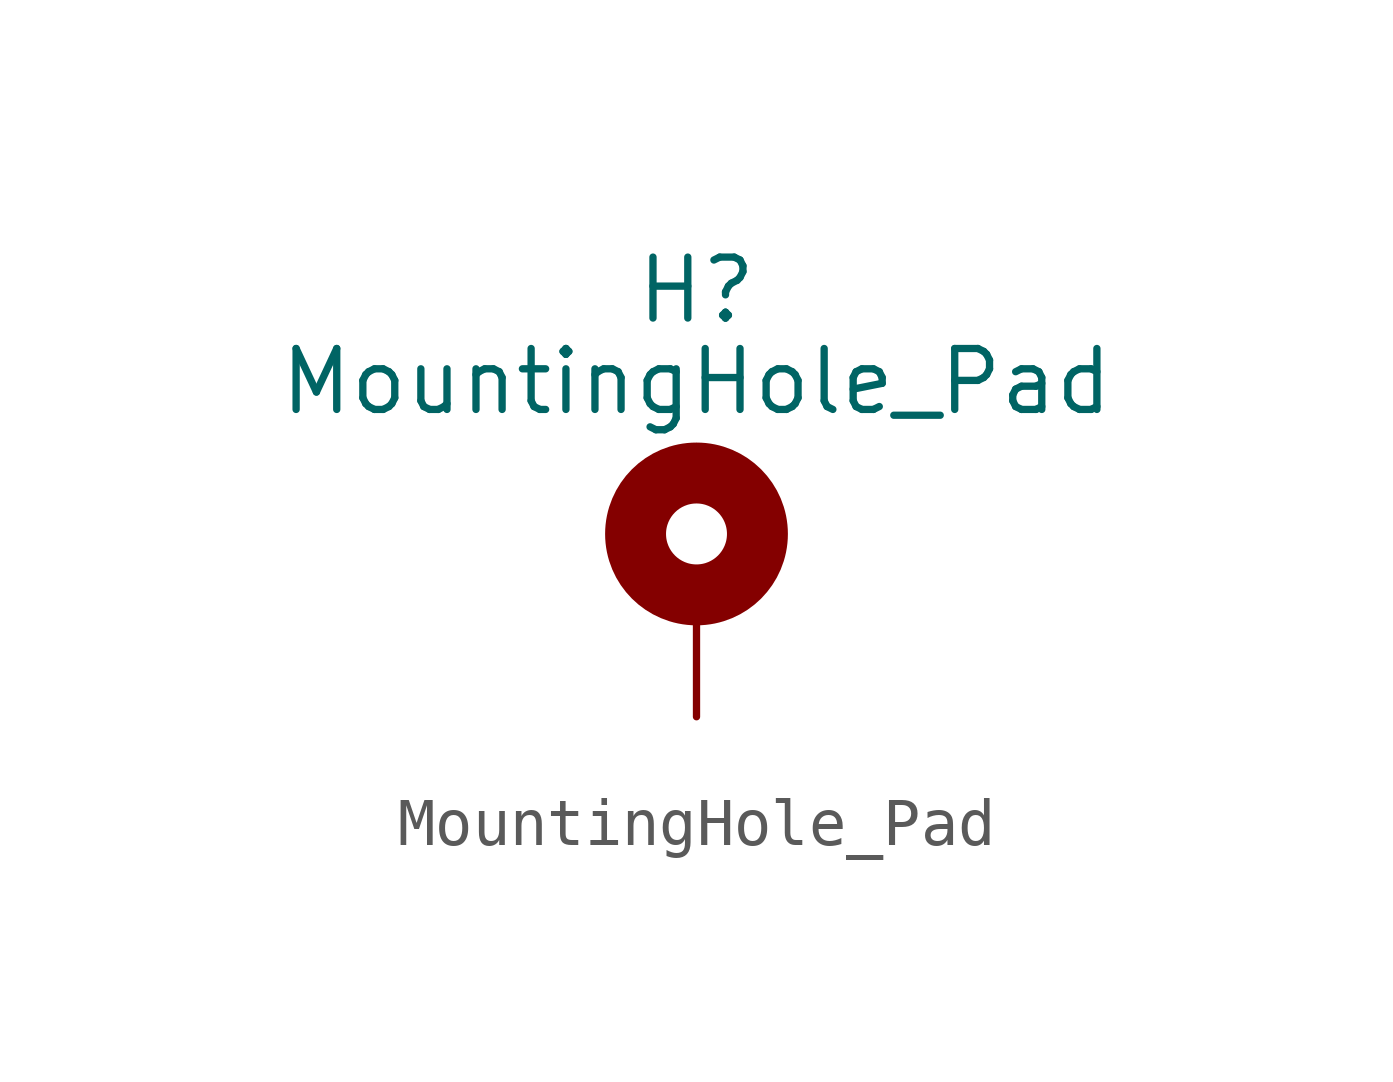
<source format=kicad_sym>
(kicad_symbol_lib
  (version 20201005)
  (generator kicad_symbol_editor)
  (symbol "beaglebone-ai:MountingHole_Pad"
    (pin_numbers hide)
    (pin_names
      (offset 1.016) hide)
    (property "Reference" "H"
      (at 0 6.35 0)
      (effects (font (size 1.27 1.27))))
    (property "Value" "MountingHole_Pad"
      (at 0 4.445 0)
      (effects (font (size 1.27 1.27))))
    (symbol "MountingHole_Pad_0_1"
      (circle (center 0 1.27) (radius 1.27) (stroke (width 1.27)) (fill (type none))))
    (symbol "MountingHole_Pad_1_1"
      (pin passive line (at 0 -2.54 90) (length 2.54) (name "1" (effects (font (size 1.27 1.27)))) (number "1" (effects (font (size 1.27 1.27))))))))
</source>
